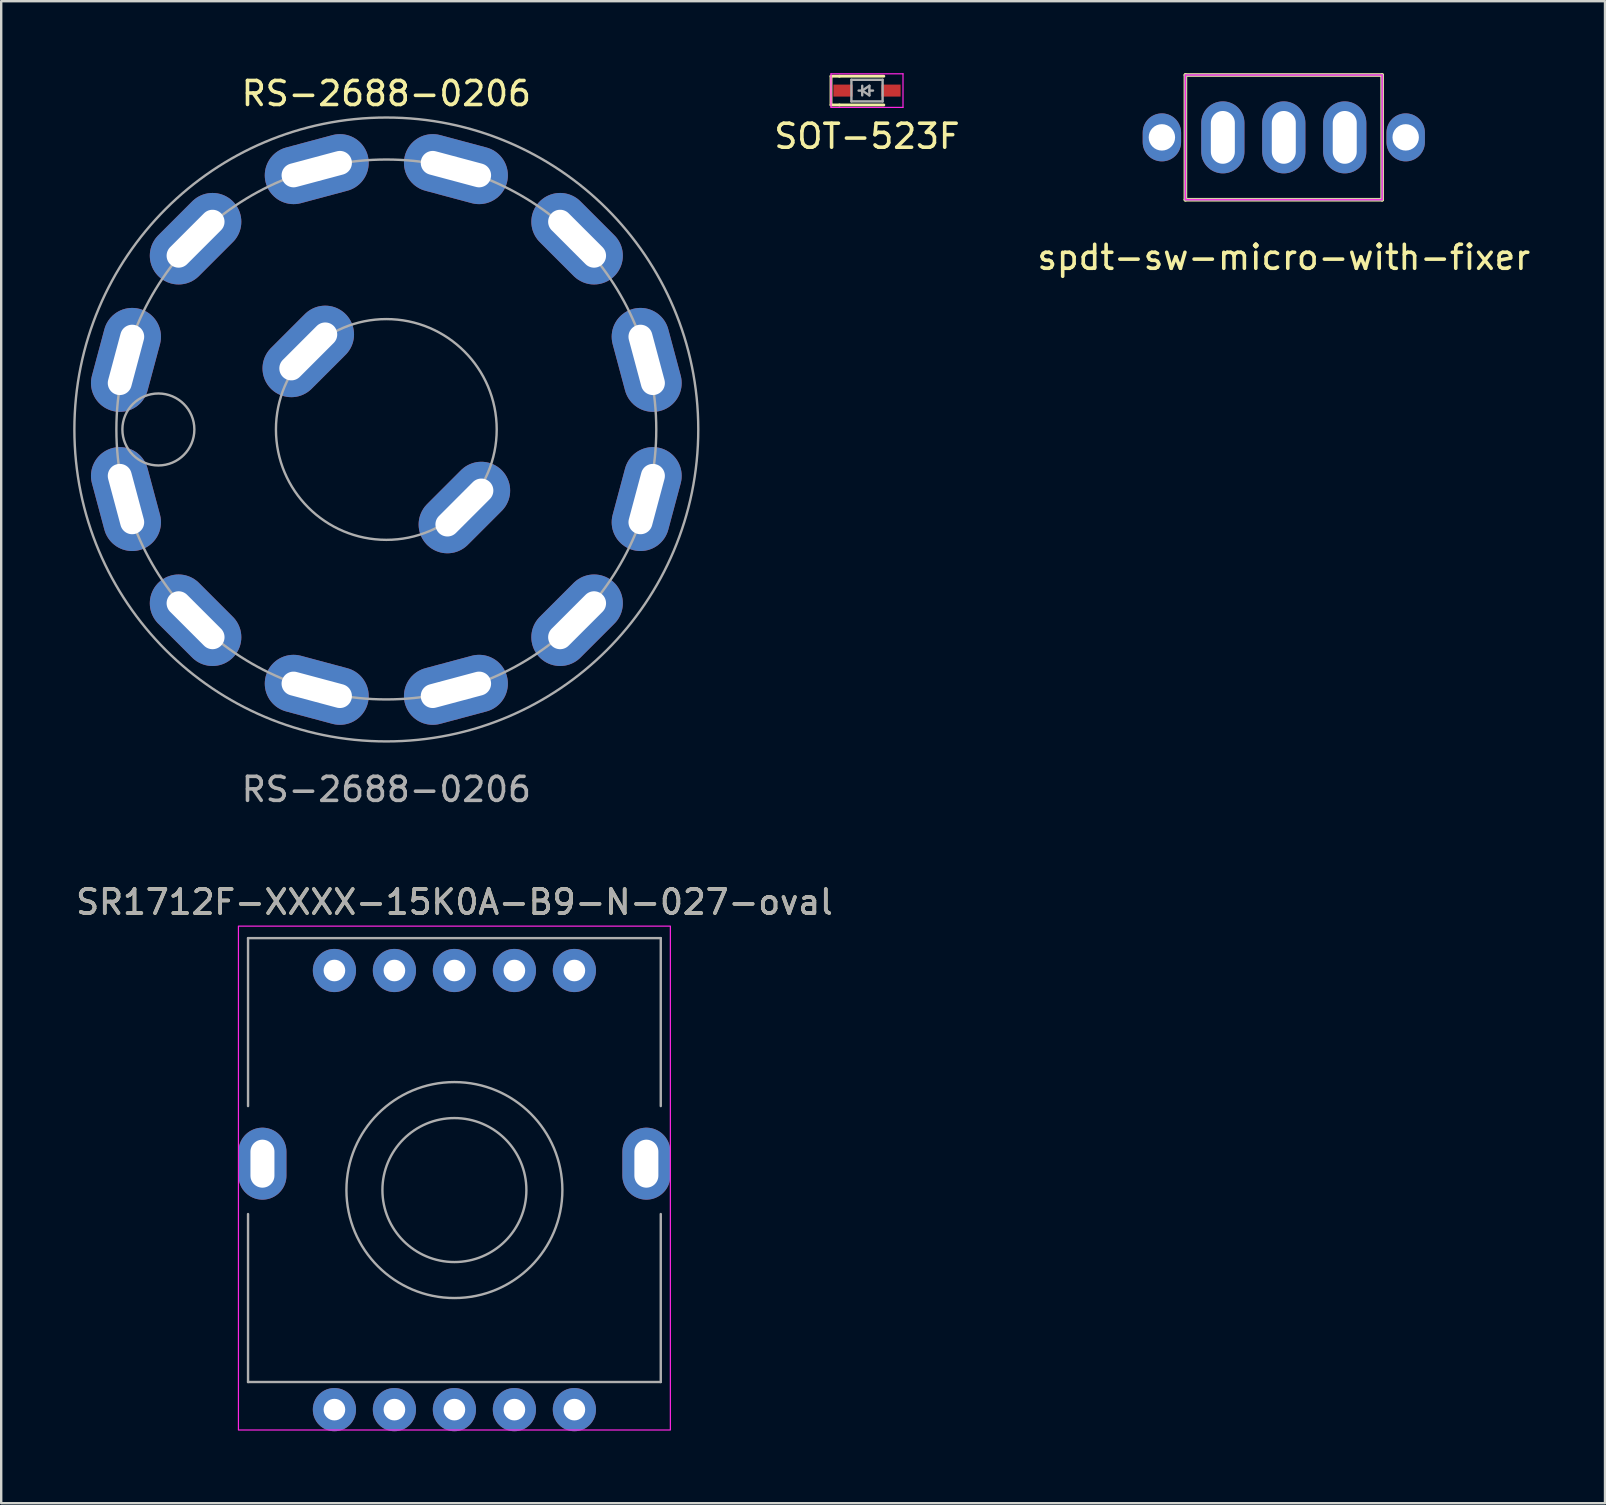
<source format=kicad_pcb>
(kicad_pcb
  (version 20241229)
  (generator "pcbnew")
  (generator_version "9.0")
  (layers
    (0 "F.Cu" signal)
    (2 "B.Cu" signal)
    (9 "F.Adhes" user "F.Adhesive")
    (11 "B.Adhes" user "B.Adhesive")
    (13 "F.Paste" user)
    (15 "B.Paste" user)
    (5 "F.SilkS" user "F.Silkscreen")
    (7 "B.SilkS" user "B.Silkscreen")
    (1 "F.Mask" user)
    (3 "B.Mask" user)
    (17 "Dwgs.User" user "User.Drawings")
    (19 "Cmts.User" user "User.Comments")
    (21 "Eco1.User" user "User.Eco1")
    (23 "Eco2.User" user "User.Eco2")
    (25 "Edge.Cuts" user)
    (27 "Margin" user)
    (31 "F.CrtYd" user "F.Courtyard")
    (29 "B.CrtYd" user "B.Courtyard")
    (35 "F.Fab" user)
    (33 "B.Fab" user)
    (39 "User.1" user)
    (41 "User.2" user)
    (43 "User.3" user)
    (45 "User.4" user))
  (footprint "RS-2688-0206"
    (layer "F.Cu")
    (at 13.05 14.848)
    (property "Reference" "RS-2688-0206" (at 0 -14 0) (unlocked yes) (layer "F.SilkS") (effects (font (size 1 1) (thickness 0.15))))
    (attr through_hole)
    (fp_circle (center -9.5 0) (end -8 0) (stroke (width 0.1) (type solid)) (fill no) (layer "F.Fab"))
    (fp_circle (center 0 0) (end 4.6 0) (stroke (width 0.1) (type solid)) (fill no) (layer "F.Fab"))
    (fp_circle (center 0 0) (end 11.25 0) (stroke (width 0.1) (type solid)) (fill no) (layer "F.Fab"))
    (fp_circle (center 0 0) (end 13 0) (stroke (width 0.1) (type solid)) (fill no) (layer "F.Fab"))
    (fp_line (start 7.95 0) (end 7.95 7.95) (stroke (width 0.12) (type solid)) (layer "User.2"))
    (fp_line (start 7.95 7.95) (end 0 7.95) (stroke (width 0.12) (type solid)) (layer "User.2"))
    (fp_rect (start 3.253 3.253) (end 0 0) (stroke (width 0.12) (type solid)) (fill no) (layer "User.2"))
    (fp_rect (start 7.95 7.95) (end -7.95 -7.95) (stroke (width 0.12) (type solid)) (fill no) (layer "User.2"))
    (fp_arc (start 4.6 0) (mid 4.249846 1.760344) (end 3.252691 3.252691) (stroke (width 0.12) (type solid)) (layer "User.2"))
    (fp_arc (start 11.25 0) (mid 8.924127 6.849996) (end 2.908231 10.867598) (stroke (width 0.12) (type solid)) (layer "User.2"))
    (fp_arc (start 11.25 0) (mid 10.393645 4.305189) (end 7.954951 7.954951) (stroke (width 0.12) (type solid)) (layer "User.2"))
    (fp_arc (start 11.25 0) (mid 11.17147 1.375271) (end 10.914103 2.728526) (stroke (width 0.12) (type solid)) (layer "User.2"))
    (fp_text user "${REFERENCE}" (at 0 15 0) (unlocked yes) (layer "F.Fab") (effects (font (size 1 1) (thickness 0.15))))
    (pad "1" thru_hole oval (at -10.85 -2.9 165) (size 2.4 4.4) (drill oval 1 3) (layers "*.Cu" "*.Mask"))
    (pad "2" thru_hole oval (at -7.95 -7.95 135) (size 2.4 4.4) (drill oval 1 3) (layers "*.Cu" "*.Mask"))
    (pad "3" thru_hole oval (at -2.9 -10.85 105) (size 2.4 4.4) (drill oval 1 3) (layers "*.Cu" "*.Mask"))
    (pad "4" thru_hole oval (at 2.9 -10.85 75) (size 2.4 4.4) (drill oval 1 3) (layers "*.Cu" "*.Mask"))
    (pad "5" thru_hole oval (at 7.95 -7.95 45) (size 2.4 4.4) (drill oval 1 3) (layers "*.Cu" "*.Mask"))
    (pad "6" thru_hole oval (at 10.85 -2.9 15) (size 2.4 4.4) (drill oval 1 3) (layers "*.Cu" "*.Mask"))
    (pad "7" thru_hole oval (at 10.85 2.9 345) (size 2.4 4.4) (drill oval 1 3) (layers "*.Cu" "*.Mask"))
    (pad "8" thru_hole oval (at 7.95 7.95 315) (size 2.4 4.4) (drill oval 1 3) (layers "*.Cu" "*.Mask"))
    (pad "9" thru_hole oval (at 2.9 10.85 285) (size 2.4 4.4) (drill oval 1 3) (layers "*.Cu" "*.Mask"))
    (pad "10" thru_hole oval (at -2.9 10.85 255) (size 2.4 4.4) (drill oval 1 3) (layers "*.Cu" "*.Mask"))
    (pad "11" thru_hole oval (at -7.95 7.95 225) (size 2.4 4.4) (drill oval 1 3) (layers "*.Cu" "*.Mask"))
    (pad "12" thru_hole oval (at -10.85 2.9 195) (size 2.4 4.4) (drill oval 1 3) (layers "*.Cu" "*.Mask"))
    (pad "13" thru_hole oval (at -3.253 -3.253 315) (size 2.4 4.4) (drill oval 1 3) (layers "*.Cu" "*.Mask"))
    (pad "14" thru_hole oval (at 3.253 3.253 315) (size 2.4 4.4) (drill oval 1 3) (layers "*.Cu" "*.Mask")))
  (footprint "SOT-523F"
    (layer "F.Cu")
    (at 33.082 0.725)
    (property "Reference" "SOT-523F" (at 0 1.905 0) (layer "F.SilkS") (effects (font (size 1 1) (thickness 0.15))))
    (attr through_hole)
    (fp_line (start -1.5 -0.6) (end -1.5 0.6) (stroke (width 0.12) (type solid)) (layer "F.SilkS"))
    (fp_line (start -1.15 -0.6) (end -1.5 -0.6) (stroke (width 0.12) (type solid)) (layer "F.SilkS"))
    (fp_line (start -1.15 0.6) (end -1.5 0.6) (stroke (width 0.12) (type solid)) (layer "F.SilkS"))
    (fp_line (start 0.7 -0.6) (end -1.15 -0.6) (stroke (width 0.12) (type solid)) (layer "F.SilkS"))
    (fp_line (start 0.7 0.6) (end -1.15 0.6) (stroke (width 0.12) (type solid)) (layer "F.SilkS"))
    (fp_line (start -1.5 -0.7) (end 1.5 -0.7) (stroke (width 0.05) (type solid)) (layer "F.CrtYd"))
    (fp_line (start -1.5 0.7) (end -1.5 -0.7) (stroke (width 0.05) (type solid)) (layer "F.CrtYd"))
    (fp_line (start 1.5 -0.7) (end 1.5 0.7) (stroke (width 0.05) (type solid)) (layer "F.CrtYd"))
    (fp_line (start 1.5 0.7) (end -1.5 0.7) (stroke (width 0.05) (type solid)) (layer "F.CrtYd"))
    (fp_line (start -0.65 -0.45) (end 0.65 -0.45) (stroke (width 0.1) (type solid)) (layer "F.Fab"))
    (fp_line (start -0.65 0.45) (end -0.65 -0.45) (stroke (width 0.1) (type solid)) (layer "F.Fab"))
    (fp_line (start -0.2 0) (end -0.35 0) (stroke (width 0.1) (type solid)) (layer "F.Fab"))
    (fp_line (start -0.2 0) (end 0.1 0.2) (stroke (width 0.1) (type solid)) (layer "F.Fab"))
    (fp_line (start -0.2 0.2) (end -0.2 -0.2) (stroke (width 0.1) (type solid)) (layer "F.Fab"))
    (fp_line (start 0.1 -0.2) (end -0.2 0) (stroke (width 0.1) (type solid)) (layer "F.Fab"))
    (fp_line (start 0.1 0) (end 0.25 0) (stroke (width 0.1) (type solid)) (layer "F.Fab"))
    (fp_line (start 0.1 0.2) (end 0.1 -0.2) (stroke (width 0.1) (type solid)) (layer "F.Fab"))
    (fp_line (start 0.65 -0.45) (end 0.65 0.45) (stroke (width 0.1) (type solid)) (layer "F.Fab"))
    (fp_line (start 0.65 0.45) (end -0.65 0.45) (stroke (width 0.1) (type solid)) (layer "F.Fab"))
    (pad "1" smd rect (at -1 0 180) (size 0.8 0.5) (layers "F.Cu" "F.Mask" "F.Paste"))
    (pad "2" smd rect (at 1 0 180) (size 0.8 0.5) (layers "F.Cu" "F.Mask" "F.Paste")))
  (footprint "spdt-sw-micro-with-fixer"
    (layer "F.Cu")
    (at 50.451 2.675)
    (property "Reference" "spdt-sw-micro-with-fixer" (at 0 5 0) (layer "F.SilkS") (effects (font (size 1 1) (thickness 0.15))))
    (attr through_hole)
    (fp_line (start -4.1 -2.6) (end -4.1 2.6) (stroke (width 0.15) (type solid)) (layer "F.SilkS"))
    (fp_line (start -4.1 2.6) (end 4.1 2.6) (stroke (width 0.15) (type solid)) (layer "F.SilkS"))
    (fp_line (start 4.1 -2.6) (end -4.1 -2.6) (stroke (width 0.15) (type solid)) (layer "F.SilkS"))
    (fp_line (start 4.1 2.6) (end 4.1 -2.6) (stroke (width 0.15) (type solid)) (layer "F.SilkS"))
    (fp_rect (start 4.1 -2.6) (end -4.1 2.6) (stroke (width 0.05) (type solid)) (fill no) (layer "F.CrtYd"))
    (fp_rect (start -4.1 -2.6) (end 4.1 2.6) (stroke (width 0.1) (type solid)) (fill no) (layer "F.Fab"))
    (pad "" thru_hole oval (at -5.08 0) (size 1.6 2) (drill 1.1) (layers "*.Cu" "*.Mask"))
    (pad "" thru_hole oval (at 5.08 0) (size 1.6 2) (drill 1.1) (layers "*.Cu" "*.Mask"))
    (pad "1" thru_hole oval (at -2.54 0) (size 1.8 3) (drill oval 1 2.2) (layers "*.Cu" "*.Mask"))
    (pad "2" thru_hole oval (at 0 0) (size 1.8 3) (drill oval 1 2.2) (layers "*.Cu" "*.Mask"))
    (pad "3" thru_hole oval (at 2.54 0) (size 1.8 3) (drill oval 1 2.2) (layers "*.Cu" "*.Mask")))
  (footprint "SR1712F-XXXX-15K0A-B9-N-027-oval"
    (layer "F.Cu")
    (at 15.887 46.545)
    (property "Reference" "SR1712F-XXXX-15K0A-B9-N-027-oval" (at 0 -12 0) (unlocked yes) (layer "F.SilkS") (effects (font (size 1 1) (thickness 0.15))))
    (attr through_hole)
    (fp_rect (start -9 -11) (end 9 10) (stroke (width 0.05) (type solid)) (fill no) (layer "F.CrtYd"))
    (fp_line (start -8.6 -10.5) (end -8.6 -3.5) (stroke (width 0.1) (type solid)) (layer "F.Fab"))
    (fp_line (start -8.6 8) (end -8.6 1) (stroke (width 0.1) (type solid)) (layer "F.Fab"))
    (fp_line (start -8.6 8) (end 8.6 8) (stroke (width 0.1) (type solid)) (layer "F.Fab"))
    (fp_line (start 8.6 -10.5) (end -8.6 -10.5) (stroke (width 0.1) (type solid)) (layer "F.Fab"))
    (fp_line (start 8.6 -10.5) (end 8.6 -3.5) (stroke (width 0.1) (type solid)) (layer "F.Fab"))
    (fp_line (start 8.6 8) (end 8.6 1) (stroke (width 0.1) (type solid)) (layer "F.Fab"))
    (fp_circle (center 0 0) (end 3 0) (stroke (width 0.1) (type solid)) (fill no) (layer "F.Fab"))
    (fp_circle (center 0 0) (end 4.5 0) (stroke (width 0.1) (type solid)) (fill no) (layer "F.Fab"))
    (fp_text user "${REFERENCE}" (at 0 -12 0) (unlocked yes) (layer "F.Fab") (effects (font (size 1 1) (thickness 0.15))))
    (pad "" thru_hole oval (at -8 -1.1) (size 2 3) (drill oval 1 2) (layers "*.Cu" "*.Mask"))
    (pad "" thru_hole oval (at 8 -1.1) (size 2 3) (drill oval 1 2) (layers "*.Cu" "*.Mask"))
    (pad "1" thru_hole circle (at 5 9.15) (size 1.8 1.8) (drill 0.9) (layers "*.Cu" "*.Mask"))
    (pad "2" thru_hole circle (at 2.5 9.15) (size 1.8 1.8) (drill 0.9) (layers "*.Cu" "*.Mask"))
    (pad "3" thru_hole circle (at 0 9.15) (size 1.8 1.8) (drill 0.9) (layers "*.Cu" "*.Mask"))
    (pad "4" thru_hole circle (at -2.5 9.15) (size 1.8 1.8) (drill 0.9) (layers "*.Cu" "*.Mask"))
    (pad "5" thru_hole circle (at -5 9.15) (size 1.8 1.8) (drill 0.9) (layers "*.Cu" "*.Mask"))
    (pad "6" thru_hole circle (at -5 -9.15) (size 1.8 1.8) (drill 0.9) (layers "*.Cu" "*.Mask"))
    (pad "7" thru_hole circle (at -2.5 -9.15) (size 1.8 1.8) (drill 0.9) (layers "*.Cu" "*.Mask"))
    (pad "8" thru_hole circle (at 0 -9.15) (size 1.8 1.8) (drill 0.9) (layers "*.Cu" "*.Mask"))
    (pad "9" thru_hole circle (at 2.5 -9.15) (size 1.8 1.8) (drill 0.9) (layers "*.Cu" "*.Mask"))
    (pad "10" thru_hole circle (at 5 -9.15) (size 1.8 1.8) (drill 0.9) (layers "*.Cu" "*.Mask")))
  (gr_rect
    (start -3 -3)
    (end 63.838 59.595)
    (stroke (width 0.1) (type default))
    (fill no)
    (layer "Edge.Cuts")))
</source>
